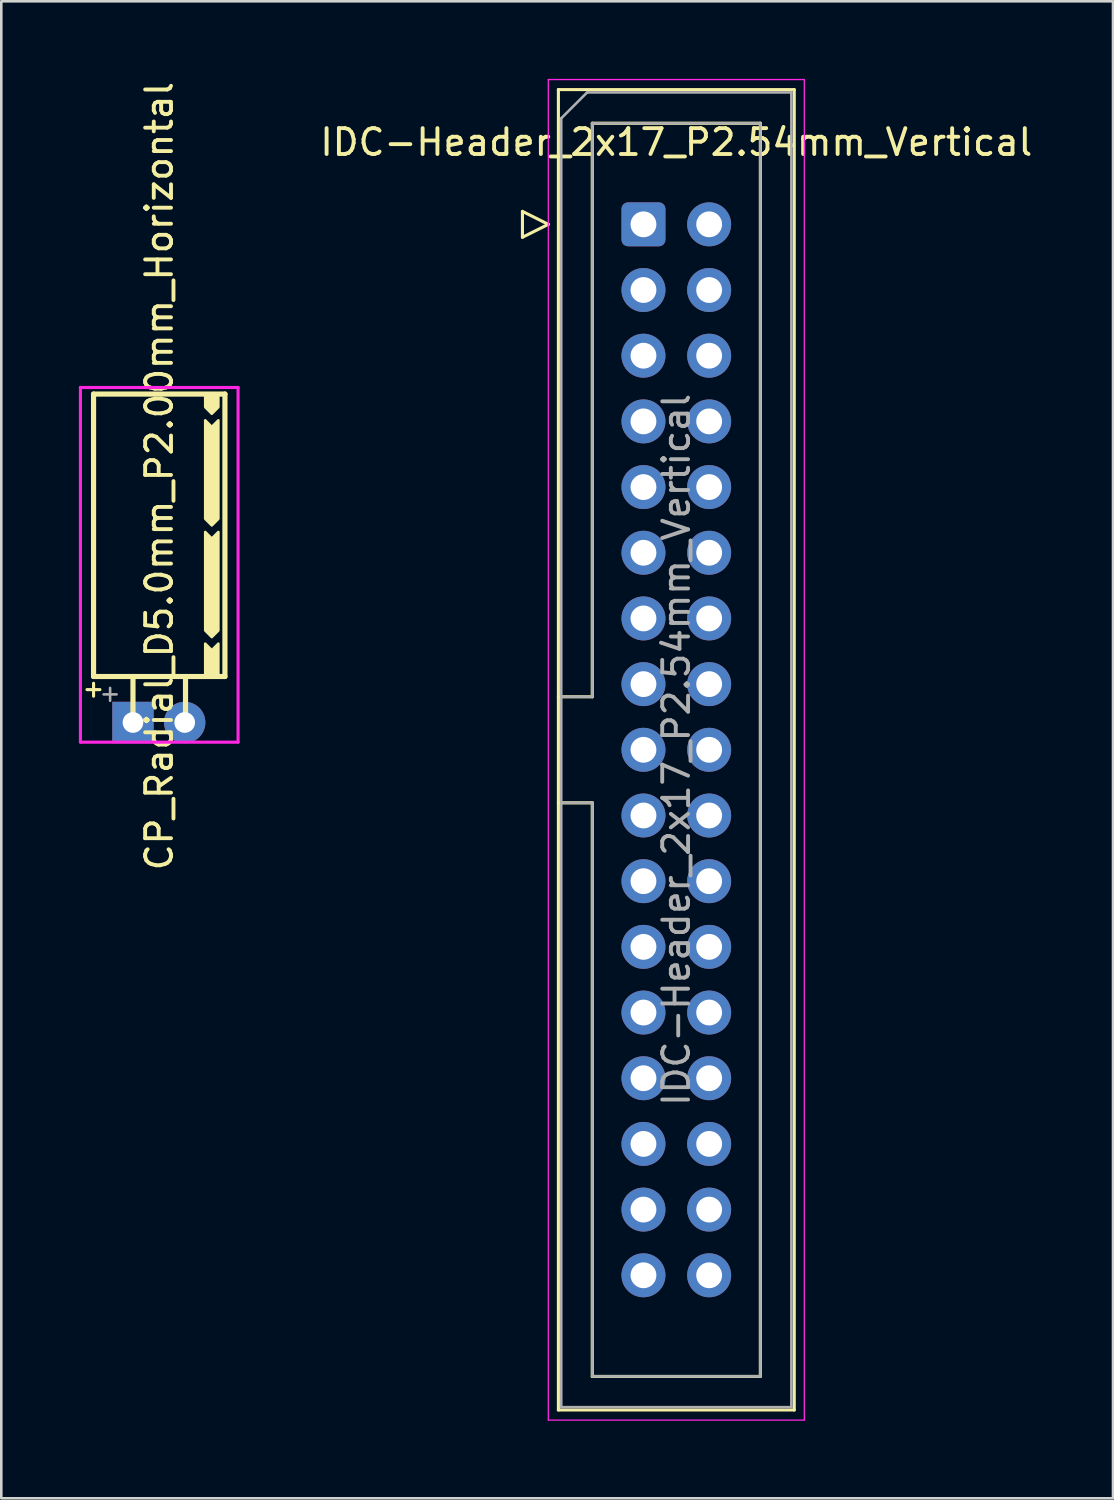
<source format=kicad_pcb>
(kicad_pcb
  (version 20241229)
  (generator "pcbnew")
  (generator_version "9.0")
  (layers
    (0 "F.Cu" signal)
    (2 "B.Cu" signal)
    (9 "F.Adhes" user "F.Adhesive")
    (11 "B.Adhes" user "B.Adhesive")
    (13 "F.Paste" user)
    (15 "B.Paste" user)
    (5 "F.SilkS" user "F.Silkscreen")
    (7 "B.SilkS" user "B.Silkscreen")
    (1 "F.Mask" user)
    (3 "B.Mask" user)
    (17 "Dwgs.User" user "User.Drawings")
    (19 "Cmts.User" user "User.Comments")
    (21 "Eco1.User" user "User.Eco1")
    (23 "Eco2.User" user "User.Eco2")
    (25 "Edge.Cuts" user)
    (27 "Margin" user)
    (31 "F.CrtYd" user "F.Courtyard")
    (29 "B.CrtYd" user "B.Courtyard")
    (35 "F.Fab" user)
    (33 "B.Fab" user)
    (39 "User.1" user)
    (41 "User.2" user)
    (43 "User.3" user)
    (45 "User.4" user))
  (footprint "CP_Radial_D5.0mm_P2.00mm_Horizontal"
    (layer "F.Cu")
    (at 2.092 24.888)
    (property "Reference" "CP_Radial_D5.0mm_P2.00mm_Horizontal" (at 1.016 -9.525 90) (layer "F.SilkS") (effects (font (size 1 1) (thickness 0.15))))
    (attr through_hole)
    (fp_line (start -1.778 -1.27) (end -1.278 -1.27) (stroke (width 0.12) (type solid)) (layer "F.SilkS"))
    (fp_line (start -1.524 -12.7) (end -1.524 -1.778) (stroke (width 0.2) (type solid)) (layer "F.SilkS"))
    (fp_line (start -1.524 -1.778) (end 3.556 -1.778) (stroke (width 0.2) (type solid)) (layer "F.SilkS"))
    (fp_line (start -1.524 -1.516) (end -1.524 -1.016) (stroke (width 0.12) (type solid)) (layer "F.SilkS"))
    (fp_line (start 0 -1.778) (end 0 0) (stroke (width 0.2) (type solid)) (layer "F.SilkS"))
    (fp_line (start 2.032 0) (end 2.032 -1.778) (stroke (width 0.2) (type solid)) (layer "F.SilkS"))
    (fp_line (start 3.556 -12.7) (end -1.524 -12.7) (stroke (width 0.2) (type solid)) (layer "F.SilkS"))
    (fp_line (start 3.556 -1.778) (end 3.556 -12.7) (stroke (width 0.2) (type solid)) (layer "F.SilkS"))
    (fp_poly (pts (xy 3.302 -12.192) (xy 3.048 -11.938) (xy 2.794 -12.192) (xy 2.794 -12.7) (xy 3.302 -12.7)) (stroke (width 0.1) (type solid)) (fill yes) (layer "F.SilkS"))
    (fp_poly (pts (xy 3.302 -1.778) (xy 2.794 -1.778) (xy 2.794 -3.048) (xy 3.048 -2.794) (xy 3.302 -3.048)) (stroke (width 0.1) (type solid)) (fill yes) (layer "F.SilkS"))
    (fp_poly (pts (xy 3.302 -7.874) (xy 3.048 -7.62) (xy 2.794 -7.874) (xy 2.794 -11.684) (xy 3.048 -11.43) (xy 3.302 -11.684)) (stroke (width 0.1) (type solid)) (fill yes) (layer "F.SilkS"))
    (fp_poly (pts (xy 3.302 -3.556) (xy 3.048 -3.302) (xy 2.794 -3.556) (xy 2.794 -7.366) (xy 3.048 -7.112) (xy 3.302 -7.366)) (stroke (width 0.1) (type solid)) (fill yes) (layer "F.SilkS"))
    (fp_line (start -2.032 -12.954) (end 4.064 -12.954) (stroke (width 0.12) (type solid)) (layer "F.CrtYd"))
    (fp_line (start -2.032 0.762) (end -2.032 -12.954) (stroke (width 0.12) (type solid)) (layer "F.CrtYd"))
    (fp_line (start 4.064 -12.954) (end 4.064 0.762) (stroke (width 0.12) (type solid)) (layer "F.CrtYd"))
    (fp_line (start 4.064 0.762) (end -2.032 0.762) (stroke (width 0.12) (type solid)) (layer "F.CrtYd"))
    (fp_line (start -1.134 -1.087) (end -0.634 -1.087) (stroke (width 0.1) (type solid)) (layer "F.Fab"))
    (fp_line (start -0.884 -1.337) (end -0.884 -0.838) (stroke (width 0.1) (type solid)) (layer "F.Fab"))
    (pad "1" thru_hole rect (at 0 0) (size 1.6 1.6) (drill 0.8) (layers "*.Cu" "*.Mask"))
    (pad "2" thru_hole circle (at 2 0) (size 1.6 1.6) (drill 0.8) (layers "*.Cu" "*.Mask")))
  (footprint "IDC-Header_2x17_P2.54mm_Vertical"
    (layer "F.Cu")
    (at 21.833 5.625)
    (property "Reference" "IDC-Header_2x17_P2.54mm_Vertical" (at 1.27 -3.175 180) (layer "F.SilkS") (effects (font (size 1 1) (thickness 0.15))))
    (attr through_hole)
    (fp_line (start -4.68 -0.5) (end -4.68 0.5) (stroke (width 0.12) (type solid)) (layer "F.SilkS"))
    (fp_line (start -4.68 0.5) (end -3.68 0) (stroke (width 0.12) (type solid)) (layer "F.SilkS"))
    (fp_line (start -3.68 0) (end -4.68 -0.5) (stroke (width 0.12) (type solid)) (layer "F.SilkS"))
    (fp_line (start -3.29 -5.21) (end 5.83 -5.21) (stroke (width 0.12) (type solid)) (layer "F.SilkS"))
    (fp_line (start -3.29 18.27) (end -1.98 18.27) (stroke (width 0.12) (type solid)) (layer "F.SilkS"))
    (fp_line (start -3.29 45.85) (end -3.29 -5.21) (stroke (width 0.12) (type solid)) (layer "F.SilkS"))
    (fp_line (start -1.98 -3.91) (end 4.52 -3.91) (stroke (width 0.12) (type solid)) (layer "F.SilkS"))
    (fp_line (start -1.98 18.27) (end -1.98 -3.91) (stroke (width 0.12) (type solid)) (layer "F.SilkS"))
    (fp_line (start -1.98 22.37) (end -3.29 22.37) (stroke (width 0.12) (type solid)) (layer "F.SilkS"))
    (fp_line (start -1.98 22.37) (end -1.98 22.37) (stroke (width 0.12) (type solid)) (layer "F.SilkS"))
    (fp_line (start -1.98 44.55) (end -1.98 22.37) (stroke (width 0.12) (type solid)) (layer "F.SilkS"))
    (fp_line (start 4.52 -3.91) (end 4.52 44.55) (stroke (width 0.12) (type solid)) (layer "F.SilkS"))
    (fp_line (start 4.52 44.55) (end -1.98 44.55) (stroke (width 0.12) (type solid)) (layer "F.SilkS"))
    (fp_line (start 5.83 -5.21) (end 5.83 45.85) (stroke (width 0.12) (type solid)) (layer "F.SilkS"))
    (fp_line (start 5.83 45.85) (end -3.29 45.85) (stroke (width 0.12) (type solid)) (layer "F.SilkS"))
    (fp_line (start -3.68 -5.6) (end -3.68 46.24) (stroke (width 0.05) (type solid)) (layer "F.CrtYd"))
    (fp_line (start -3.68 46.24) (end 6.22 46.24) (stroke (width 0.05) (type solid)) (layer "F.CrtYd"))
    (fp_line (start 6.22 -5.6) (end -3.68 -5.6) (stroke (width 0.05) (type solid)) (layer "F.CrtYd"))
    (fp_line (start 6.22 46.24) (end 6.22 -5.6) (stroke (width 0.05) (type solid)) (layer "F.CrtYd"))
    (fp_line (start -3.18 -4.1) (end -2.18 -5.1) (stroke (width 0.1) (type solid)) (layer "F.Fab"))
    (fp_line (start -3.18 18.27) (end -1.98 18.27) (stroke (width 0.1) (type solid)) (layer "F.Fab"))
    (fp_line (start -3.18 45.74) (end -3.18 -4.1) (stroke (width 0.1) (type solid)) (layer "F.Fab"))
    (fp_line (start -2.18 -5.1) (end 5.72 -5.1) (stroke (width 0.1) (type solid)) (layer "F.Fab"))
    (fp_line (start -1.98 -3.91) (end 4.52 -3.91) (stroke (width 0.1) (type solid)) (layer "F.Fab"))
    (fp_line (start -1.98 18.27) (end -1.98 -3.91) (stroke (width 0.1) (type solid)) (layer "F.Fab"))
    (fp_line (start -1.98 22.37) (end -3.18 22.37) (stroke (width 0.1) (type solid)) (layer "F.Fab"))
    (fp_line (start -1.98 22.37) (end -1.98 22.37) (stroke (width 0.1) (type solid)) (layer "F.Fab"))
    (fp_line (start -1.98 44.55) (end -1.98 22.37) (stroke (width 0.1) (type solid)) (layer "F.Fab"))
    (fp_line (start 4.52 -3.91) (end 4.52 44.55) (stroke (width 0.1) (type solid)) (layer "F.Fab"))
    (fp_line (start 4.52 44.55) (end -1.98 44.55) (stroke (width 0.1) (type solid)) (layer "F.Fab"))
    (fp_line (start 5.72 -5.1) (end 5.72 45.74) (stroke (width 0.1) (type solid)) (layer "F.Fab"))
    (fp_line (start 5.72 45.74) (end -3.18 45.74) (stroke (width 0.1) (type solid)) (layer "F.Fab"))
    (fp_text user "${REFERENCE}" (at 1.27 20.32 90) (layer "F.Fab") (effects (font (size 1 1) (thickness 0.15))))
    (pad "1" thru_hole roundrect (at 0 0) (size 1.7 1.7) (drill 1) (layers "*.Cu" "*.Mask") (roundrect_rratio 0.147))
    (pad "2" thru_hole circle (at 2.54 0) (size 1.7 1.7) (drill 1) (layers "*.Cu" "*.Mask"))
    (pad "3" thru_hole circle (at 0 2.54) (size 1.7 1.7) (drill 1) (layers "*.Cu" "*.Mask"))
    (pad "4" thru_hole circle (at 2.54 2.54) (size 1.7 1.7) (drill 1) (layers "*.Cu" "*.Mask"))
    (pad "5" thru_hole circle (at 0 5.08) (size 1.7 1.7) (drill 1) (layers "*.Cu" "*.Mask"))
    (pad "6" thru_hole circle (at 2.54 5.08) (size 1.7 1.7) (drill 1) (layers "*.Cu" "*.Mask"))
    (pad "7" thru_hole circle (at 0 7.62) (size 1.7 1.7) (drill 1) (layers "*.Cu" "*.Mask"))
    (pad "8" thru_hole circle (at 2.54 7.62) (size 1.7 1.7) (drill 1) (layers "*.Cu" "*.Mask"))
    (pad "9" thru_hole circle (at 0 10.16) (size 1.7 1.7) (drill 1) (layers "*.Cu" "*.Mask"))
    (pad "10" thru_hole circle (at 2.54 10.16) (size 1.7 1.7) (drill 1) (layers "*.Cu" "*.Mask"))
    (pad "11" thru_hole circle (at 0 12.7) (size 1.7 1.7) (drill 1) (layers "*.Cu" "*.Mask"))
    (pad "12" thru_hole circle (at 2.54 12.7) (size 1.7 1.7) (drill 1) (layers "*.Cu" "*.Mask"))
    (pad "13" thru_hole circle (at 0 15.24) (size 1.7 1.7) (drill 1) (layers "*.Cu" "*.Mask"))
    (pad "14" thru_hole circle (at 2.54 15.24) (size 1.7 1.7) (drill 1) (layers "*.Cu" "*.Mask"))
    (pad "15" thru_hole circle (at 0 17.78) (size 1.7 1.7) (drill 1) (layers "*.Cu" "*.Mask"))
    (pad "16" thru_hole circle (at 2.54 17.78) (size 1.7 1.7) (drill 1) (layers "*.Cu" "*.Mask"))
    (pad "17" thru_hole circle (at 0 20.32) (size 1.7 1.7) (drill 1) (layers "*.Cu" "*.Mask"))
    (pad "18" thru_hole circle (at 2.54 20.32) (size 1.7 1.7) (drill 1) (layers "*.Cu" "*.Mask"))
    (pad "19" thru_hole circle (at 0 22.86) (size 1.7 1.7) (drill 1) (layers "*.Cu" "*.Mask"))
    (pad "20" thru_hole circle (at 2.54 22.86) (size 1.7 1.7) (drill 1) (layers "*.Cu" "*.Mask"))
    (pad "21" thru_hole circle (at 0 25.4) (size 1.7 1.7) (drill 1) (layers "*.Cu" "*.Mask"))
    (pad "22" thru_hole circle (at 2.54 25.4) (size 1.7 1.7) (drill 1) (layers "*.Cu" "*.Mask"))
    (pad "23" thru_hole circle (at 0 27.94) (size 1.7 1.7) (drill 1) (layers "*.Cu" "*.Mask"))
    (pad "24" thru_hole circle (at 2.54 27.94) (size 1.7 1.7) (drill 1) (layers "*.Cu" "*.Mask"))
    (pad "25" thru_hole circle (at 0 30.48) (size 1.7 1.7) (drill 1) (layers "*.Cu" "*.Mask"))
    (pad "26" thru_hole circle (at 2.54 30.48) (size 1.7 1.7) (drill 1) (layers "*.Cu" "*.Mask"))
    (pad "27" thru_hole circle (at 0 33.02) (size 1.7 1.7) (drill 1) (layers "*.Cu" "*.Mask"))
    (pad "28" thru_hole circle (at 2.54 33.02) (size 1.7 1.7) (drill 1) (layers "*.Cu" "*.Mask"))
    (pad "29" thru_hole circle (at 0 35.56) (size 1.7 1.7) (drill 1) (layers "*.Cu" "*.Mask"))
    (pad "30" thru_hole circle (at 2.54 35.56) (size 1.7 1.7) (drill 1) (layers "*.Cu" "*.Mask"))
    (pad "31" thru_hole circle (at 0 38.1) (size 1.7 1.7) (drill 1) (layers "*.Cu" "*.Mask"))
    (pad "32" thru_hole circle (at 2.54 38.1) (size 1.7 1.7) (drill 1) (layers "*.Cu" "*.Mask"))
    (pad "33" thru_hole circle (at 0 40.64) (size 1.7 1.7) (drill 1) (layers "*.Cu" "*.Mask"))
    (pad "34" thru_hole circle (at 2.54 40.64) (size 1.7 1.7) (drill 1) (layers "*.Cu" "*.Mask")))
  (gr_rect
    (start -3 -3)
    (end 39.99 54.89)
    (stroke (width 0.1) (type default))
    (fill no)
    (layer "Edge.Cuts")))
</source>
